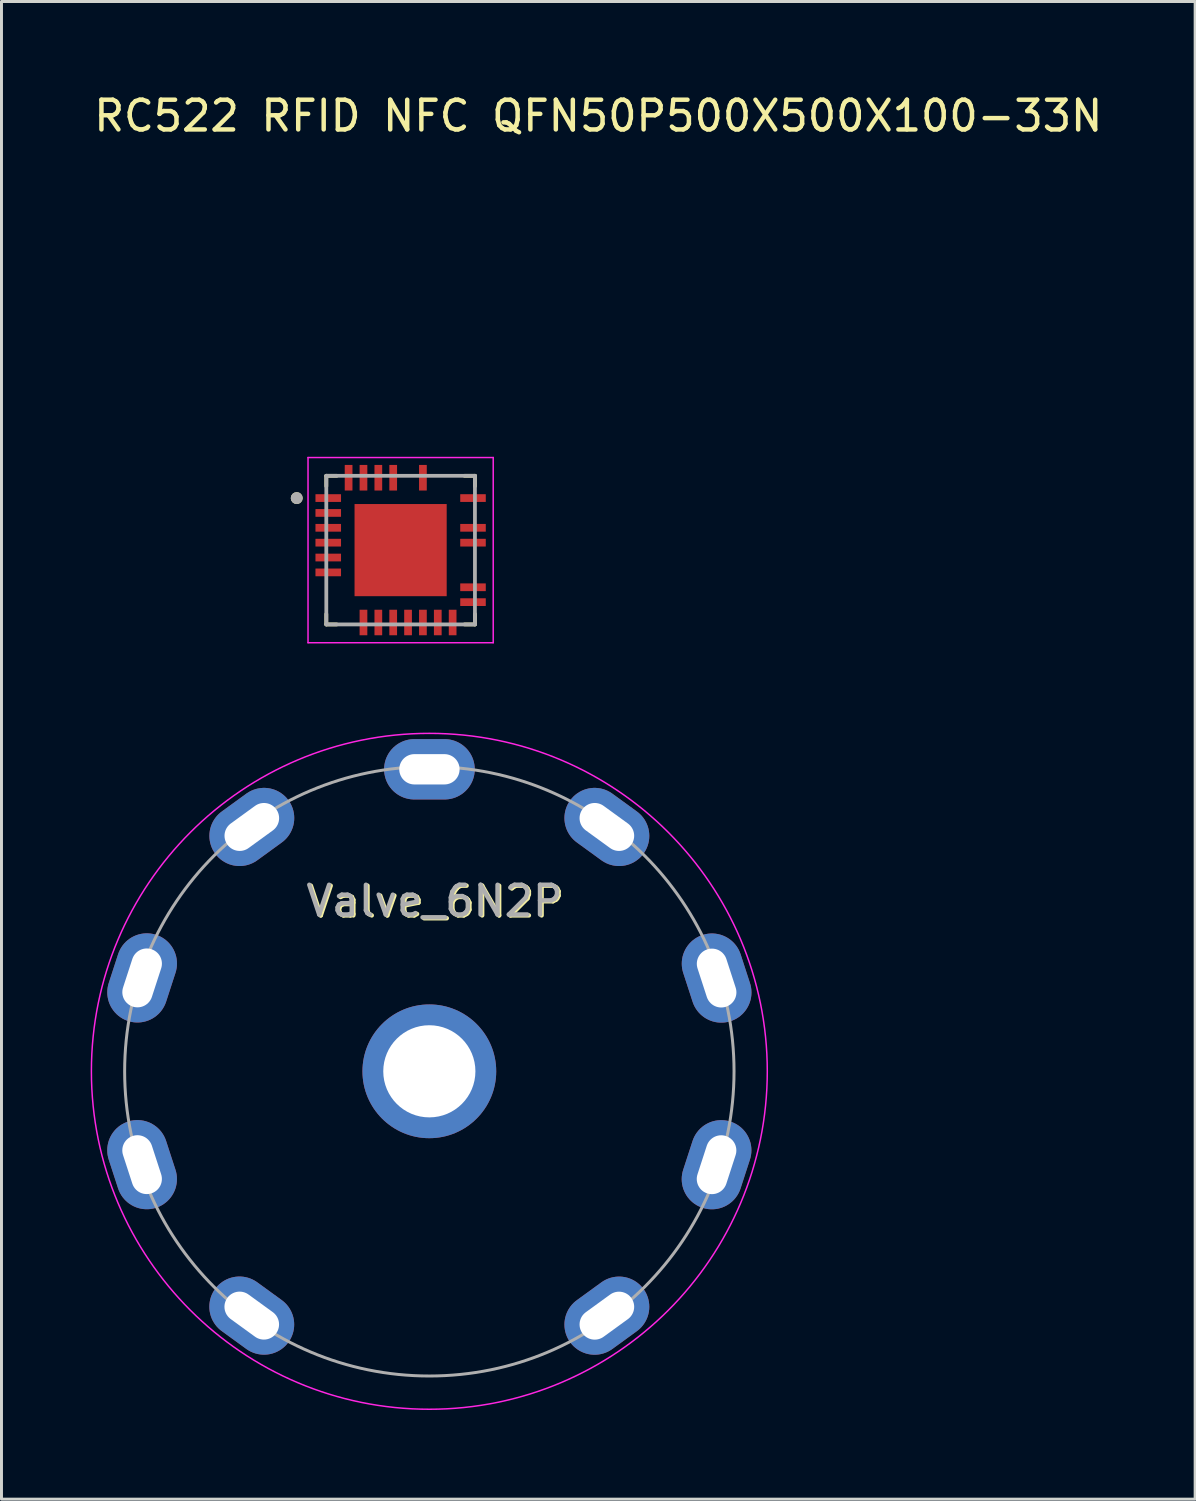
<source format=kicad_pcb>
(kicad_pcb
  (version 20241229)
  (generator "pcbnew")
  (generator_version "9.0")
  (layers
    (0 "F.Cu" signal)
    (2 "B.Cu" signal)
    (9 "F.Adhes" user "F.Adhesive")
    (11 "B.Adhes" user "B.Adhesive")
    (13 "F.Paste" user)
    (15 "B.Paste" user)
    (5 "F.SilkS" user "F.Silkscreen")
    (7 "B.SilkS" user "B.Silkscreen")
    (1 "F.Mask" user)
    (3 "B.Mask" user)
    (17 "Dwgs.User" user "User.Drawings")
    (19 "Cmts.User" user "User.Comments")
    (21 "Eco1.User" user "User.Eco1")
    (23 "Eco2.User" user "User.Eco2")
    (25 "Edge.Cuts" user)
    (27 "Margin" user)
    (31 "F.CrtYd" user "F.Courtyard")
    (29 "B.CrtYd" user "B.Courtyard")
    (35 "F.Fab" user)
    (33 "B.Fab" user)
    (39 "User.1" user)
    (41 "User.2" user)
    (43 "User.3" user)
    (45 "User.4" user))
  (footprint "RC522 RFID NFC QFN50P500X500X100-33N"
    (layer "F.Cu")
    (at 10.427 15.456)
    (property "Reference" "RC522 RFID NFC QFN50P500X500X100-33N" (at 6.65 -14.607 0) (layer "F.SilkS") (effects (font (size 1 1) (thickness 0.15))))
    (attr through_hole)
    (fp_line (start -2.5 -2.5) (end -2.5 -2.15) (stroke (width 0.127) (type solid)) (layer "F.SilkS"))
    (fp_line (start -2.5 -2.5) (end -2.15 -2.5) (stroke (width 0.127) (type solid)) (layer "F.SilkS"))
    (fp_line (start -2.5 2.5) (end -2.5 2.15) (stroke (width 0.127) (type solid)) (layer "F.SilkS"))
    (fp_line (start -2.5 2.5) (end -2.15 2.5) (stroke (width 0.127) (type solid)) (layer "F.SilkS"))
    (fp_line (start 2.5 -2.5) (end 2.15 -2.5) (stroke (width 0.127) (type solid)) (layer "F.SilkS"))
    (fp_line (start 2.5 -2.5) (end 2.5 -2.15) (stroke (width 0.127) (type solid)) (layer "F.SilkS"))
    (fp_line (start 2.5 2.5) (end 2.15 2.5) (stroke (width 0.127) (type solid)) (layer "F.SilkS"))
    (fp_line (start 2.5 2.5) (end 2.5 2.15) (stroke (width 0.127) (type solid)) (layer "F.SilkS"))
    (fp_circle (center -3.495 -1.75) (end -3.395 -1.75) (stroke (width 0.2) (type solid)) (fill no) (layer "F.SilkS"))
    (fp_poly (pts (xy -0.98 -0.98) (xy 0.98 -0.98) (xy 0.98 0.98) (xy -0.98 0.98)) (stroke (width 0.01) (type solid)) (fill yes) (layer "F.Paste"))
    (fp_line (start -3.115 -3.115) (end 3.115 -3.115) (stroke (width 0.05) (type solid)) (layer "F.CrtYd"))
    (fp_line (start -3.115 3.115) (end -3.115 -3.115) (stroke (width 0.05) (type solid)) (layer "F.CrtYd"))
    (fp_line (start -3.115 3.115) (end 3.115 3.115) (stroke (width 0.05) (type solid)) (layer "F.CrtYd"))
    (fp_line (start 3.115 3.115) (end 3.115 -3.115) (stroke (width 0.05) (type solid)) (layer "F.CrtYd"))
    (fp_line (start -2.5 2.5) (end -2.5 -2.5) (stroke (width 0.127) (type solid)) (layer "F.Fab"))
    (fp_line (start 2.5 -2.5) (end -2.5 -2.5) (stroke (width 0.127) (type solid)) (layer "F.Fab"))
    (fp_line (start 2.5 2.5) (end -2.5 2.5) (stroke (width 0.127) (type solid)) (layer "F.Fab"))
    (fp_line (start 2.5 2.5) (end 2.5 -2.5) (stroke (width 0.127) (type solid)) (layer "F.Fab"))
    (fp_circle (center -3.495 -1.75) (end -3.395 -1.75) (stroke (width 0.2) (type solid)) (fill no) (layer "F.Fab"))
    (pad "1" smd roundrect (at -2.435 -1.75) (size 0.86 0.26) (layers "F.Cu" "F.Mask" "F.Paste") (roundrect_rratio 0.03))
    (pad "2" smd roundrect (at -2.435 -1.25) (size 0.86 0.26) (layers "F.Cu" "F.Mask" "F.Paste") (roundrect_rratio 0.03))
    (pad "3" smd roundrect (at -2.435 -0.75) (size 0.86 0.26) (layers "F.Cu" "F.Mask" "F.Paste") (roundrect_rratio 0.03))
    (pad "4" smd roundrect (at -2.435 -0.25) (size 0.86 0.26) (layers "F.Cu" "F.Mask" "F.Paste") (roundrect_rratio 0.03))
    (pad "5" smd roundrect (at -2.435 0.25) (size 0.86 0.26) (layers "F.Cu" "F.Mask" "F.Paste") (roundrect_rratio 0.03))
    (pad "6" smd roundrect (at -2.435 0.75) (size 0.86 0.26) (layers "F.Cu" "F.Mask" "F.Paste") (roundrect_rratio 0.03))
    (pad "7" smd roundrect (at -2.435 1.25) (size 0.001 0.001) (layers "F.Cu" "F.Mask" "F.Paste") (roundrect_rratio 0.03))
    (pad "8" smd roundrect (at -2.435 1.75) (size 0.001 0.001) (layers "F.Cu" "F.Mask" "F.Paste") (roundrect_rratio 0.03))
    (pad "9" smd roundrect (at -1.75 2.435 90) (size 0.001 0.001) (layers "F.Cu" "F.Mask" "F.Paste") (roundrect_rratio 0.03))
    (pad "10" smd roundrect (at -1.25 2.435 90) (size 0.86 0.26) (layers "F.Cu" "F.Mask" "F.Paste") (roundrect_rratio 0.03))
    (pad "11" smd roundrect (at -0.75 2.435 90) (size 0.86 0.26) (layers "F.Cu" "F.Mask" "F.Paste") (roundrect_rratio 0.03))
    (pad "12" smd roundrect (at -0.25 2.435 90) (size 0.86 0.26) (layers "F.Cu" "F.Mask" "F.Paste") (roundrect_rratio 0.03))
    (pad "13" smd roundrect (at 0.25 2.435 90) (size 0.86 0.26) (layers "F.Cu" "F.Mask" "F.Paste") (roundrect_rratio 0.03))
    (pad "14" smd roundrect (at 0.75 2.435 90) (size 0.86 0.26) (layers "F.Cu" "F.Mask" "F.Paste") (roundrect_rratio 0.03))
    (pad "15" smd roundrect (at 1.25 2.435 90) (size 0.86 0.26) (layers "F.Cu" "F.Mask" "F.Paste") (roundrect_rratio 0.03))
    (pad "16" smd roundrect (at 1.75 2.435 90) (size 0.86 0.26) (layers "F.Cu" "F.Mask" "F.Paste") (roundrect_rratio 0.03))
    (pad "17" smd roundrect (at 2.435 1.75) (size 0.86 0.26) (layers "F.Cu" "F.Mask" "F.Paste") (roundrect_rratio 0.03))
    (pad "18" smd roundrect (at 2.435 1.25) (size 0.86 0.26) (layers "F.Cu" "F.Mask" "F.Paste") (roundrect_rratio 0.03))
    (pad "19" smd roundrect (at 2.435 0.75) (size 0.001 0.001) (layers "F.Cu" "F.Mask" "F.Paste") (roundrect_rratio 0.03))
    (pad "20" smd roundrect (at 2.435 0.25) (size 0.001 0.001) (layers "F.Cu" "F.Mask" "F.Paste") (roundrect_rratio 0.03))
    (pad "21" smd roundrect (at 2.435 -0.25) (size 0.86 0.26) (layers "F.Cu" "F.Mask" "F.Paste") (roundrect_rratio 0.03))
    (pad "22" smd roundrect (at 2.435 -0.75) (size 0.86 0.26) (layers "F.Cu" "F.Mask" "F.Paste") (roundrect_rratio 0.03))
    (pad "23" smd roundrect (at 2.435 -1.25) (size 0.001 0.001) (layers "F.Cu" "F.Mask" "F.Paste") (roundrect_rratio 0.03))
    (pad "24" smd roundrect (at 2.435 -1.75) (size 0.86 0.26) (layers "F.Cu" "F.Mask" "F.Paste") (roundrect_rratio 0.03))
    (pad "25" smd roundrect (at 1.75 -2.435 90) (size 0.001 0.001) (layers "F.Cu" "F.Mask" "F.Paste") (roundrect_rratio 0.03))
    (pad "26" smd roundrect (at 1.25 -2.435 90) (size 0.001 0.001) (layers "F.Cu" "F.Mask" "F.Paste") (roundrect_rratio 0.03))
    (pad "27" smd roundrect (at 0.75 -2.435 90) (size 0.86 0.26) (layers "F.Cu" "F.Mask" "F.Paste") (roundrect_rratio 0.03))
    (pad "28" smd roundrect (at 0.25 -2.435 90) (size 0.001 0.001) (layers "F.Cu" "F.Mask" "F.Paste") (roundrect_rratio 0.03))
    (pad "29" smd roundrect (at -0.25 -2.435 90) (size 0.86 0.26) (layers "F.Cu" "F.Mask" "F.Paste") (roundrect_rratio 0.03))
    (pad "30" smd roundrect (at -0.75 -2.435 90) (size 0.86 0.26) (layers "F.Cu" "F.Mask" "F.Paste") (roundrect_rratio 0.03))
    (pad "31" smd roundrect (at -1.25 -2.435 90) (size 0.86 0.26) (layers "F.Cu" "F.Mask" "F.Paste") (roundrect_rratio 0.03))
    (pad "32" smd roundrect (at -1.75 -2.435 90) (size 0.86 0.26) (layers "F.Cu" "F.Mask" "F.Paste") (roundrect_rratio 0.03))
    (pad "33" smd rect (at 0 0) (size 3.1 3.1) (layers "F.Cu" "F.Mask")))
  (footprint "Valve_6N2P"
    (layer "F.Cu")
    (at 14.843 37.739)
    (property "Reference" "Valve_6N2P" (at -3.221 -10.45 0) (layer "F.SilkS") (effects (font (size 1 1) (thickness 0.15))))
    (attr through_hole)
    (fp_circle (center -3.45 -4.75) (end -3.643 -16.117) (stroke (width 0.05) (type solid)) (fill no) (layer "F.CrtYd"))
    (fp_circle (center -3.45 -4.75) (end -3.45 -15) (stroke (width 0.1) (type solid)) (fill no) (layer "F.Fab"))
    (fp_text user "${REFERENCE}" (at -3.274 -10.48 0) (layer "F.Fab") (effects (font (size 1 1) (thickness 0.15))))
    (pad "1" thru_hole oval (at 2.522 3.47 306) (size 2.03 3.05) (drill oval 1.02 2.03) (layers "*.Cu" "*.Mask"))
    (pad "2" thru_hole oval (at 6.212 -1.608 342) (size 2.03 3.05) (drill oval 1.02 2.03) (layers "*.Cu" "*.Mask"))
    (pad "3" thru_hole oval (at 6.214 -7.887 18) (size 2.03 3.05) (drill oval 1.02 2.03) (layers "*.Cu" "*.Mask"))
    (pad "4" thru_hole oval (at 2.522 -12.97 54) (size 2.03 3.05) (drill oval 1.02 2.03) (layers "*.Cu" "*.Mask"))
    (pad "5" thru_hole oval (at -3.447 -14.91 90) (size 2.03 3.05) (drill oval 1.02 2.03) (layers "*.Cu" "*.Mask"))
    (pad "6" thru_hole oval (at -9.422 -12.97 306) (size 2.03 3.05) (drill oval 1.02 2.03) (layers "*.Cu" "*.Mask"))
    (pad "7" thru_hole oval (at -13.112 -7.892 342) (size 2.03 3.05) (drill oval 1.02 2.03) (layers "*.Cu" "*.Mask"))
    (pad "8" thru_hole oval (at -13.113 -1.61 18) (size 2.03 3.05) (drill oval 1.02 2.03) (layers "*.Cu" "*.Mask"))
    (pad "9" thru_hole oval (at -9.424 3.468 54) (size 2.03 3.05) (drill oval 1.02 2.03) (layers "*.Cu" "*.Mask"))
    (pad "9" thru_hole circle (at -3.45 -4.75) (size 4.5 4.5) (drill 3.1) (layers "*.Cu" "*.Mask")))
  (gr_rect
    (start -3 -3)
    (end 37.155 47.382)
    (stroke (width 0.1) (type default))
    (fill no)
    (layer "Edge.Cuts")))
</source>
